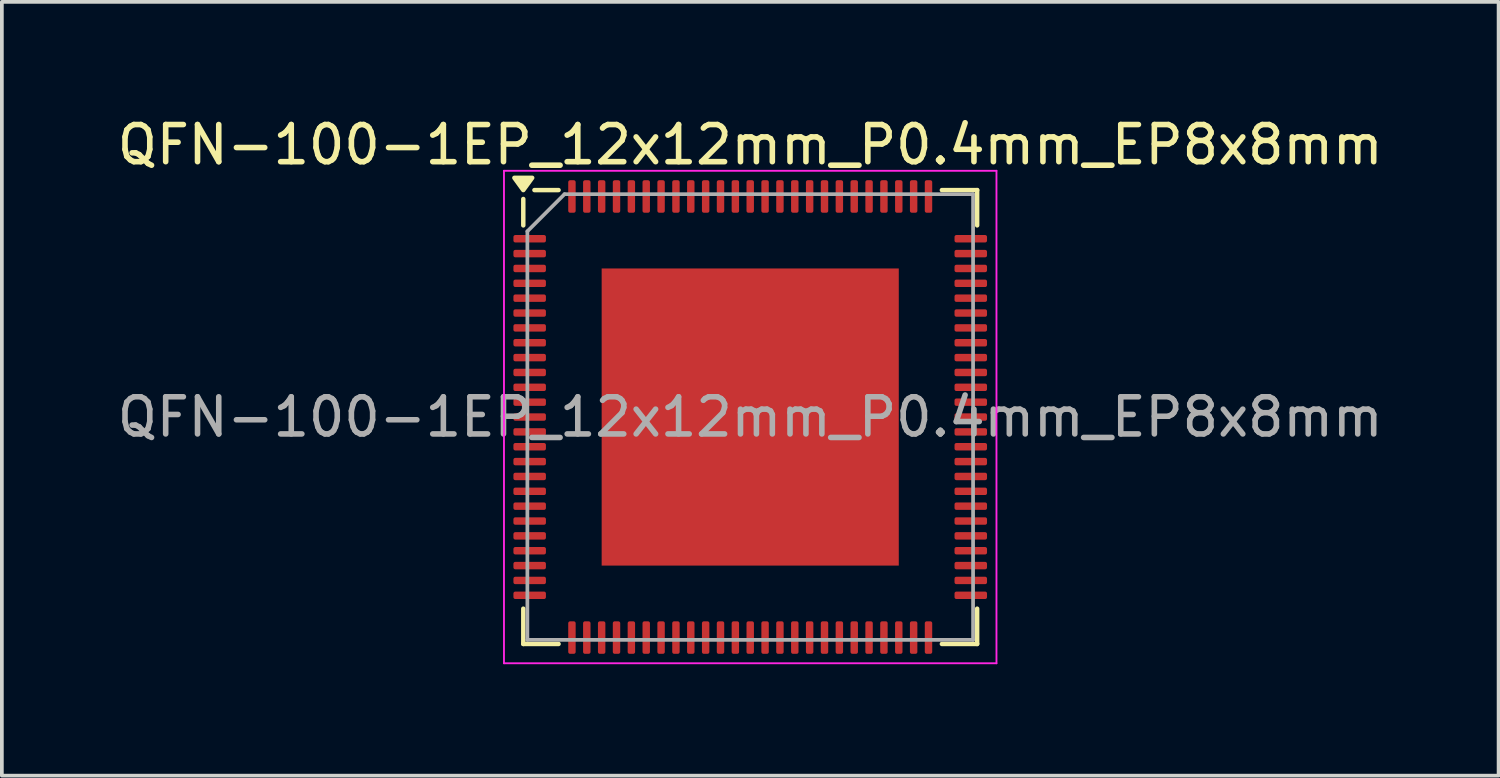
<source format=kicad_pcb>
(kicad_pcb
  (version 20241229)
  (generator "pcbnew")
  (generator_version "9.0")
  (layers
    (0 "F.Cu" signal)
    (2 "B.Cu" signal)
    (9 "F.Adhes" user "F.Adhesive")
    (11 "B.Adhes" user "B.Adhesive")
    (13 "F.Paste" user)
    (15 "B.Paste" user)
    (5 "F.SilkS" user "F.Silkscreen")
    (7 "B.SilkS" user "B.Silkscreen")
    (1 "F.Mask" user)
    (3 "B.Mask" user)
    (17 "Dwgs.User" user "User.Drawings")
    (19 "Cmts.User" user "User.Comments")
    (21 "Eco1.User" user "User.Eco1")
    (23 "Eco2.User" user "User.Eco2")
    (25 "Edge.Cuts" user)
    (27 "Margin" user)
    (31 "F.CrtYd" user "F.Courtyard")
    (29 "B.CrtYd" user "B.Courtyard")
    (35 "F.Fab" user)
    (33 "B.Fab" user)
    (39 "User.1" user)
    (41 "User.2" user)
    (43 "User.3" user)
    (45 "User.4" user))
  (footprint "QFN-100-1EP_12x12mm_P0.4mm_EP8x8mm"
    (layer "F.Cu")
    (at 17.149 8.178)
    (property "Reference" "QFN-100-1EP_12x12mm_P0.4mm_EP8x8mm" (at 0 -7.33 0) (layer "F.SilkS") (effects (font (size 1 1) (thickness 0.15))))
    (attr smd)
    (fp_line (start -6.11 -5.16) (end -6.11 -5.87) (stroke (width 0.12) (type solid)) (layer "F.SilkS"))
    (fp_line (start -6.11 6.11) (end -6.11 5.16) (stroke (width 0.12) (type solid)) (layer "F.SilkS"))
    (fp_line (start -5.16 -6.11) (end -5.81 -6.11) (stroke (width 0.12) (type solid)) (layer "F.SilkS"))
    (fp_line (start -5.16 6.11) (end -6.11 6.11) (stroke (width 0.12) (type solid)) (layer "F.SilkS"))
    (fp_line (start 5.16 -6.11) (end 6.11 -6.11) (stroke (width 0.12) (type solid)) (layer "F.SilkS"))
    (fp_line (start 5.16 6.11) (end 6.11 6.11) (stroke (width 0.12) (type solid)) (layer "F.SilkS"))
    (fp_line (start 6.11 -6.11) (end 6.11 -5.16) (stroke (width 0.12) (type solid)) (layer "F.SilkS"))
    (fp_line (start 6.11 6.11) (end 6.11 5.16) (stroke (width 0.12) (type solid)) (layer "F.SilkS"))
    (fp_poly (pts (xy -6.11 -6.11) (xy -6.35 -6.44) (xy -5.87 -6.44) (xy -6.11 -6.11)) (stroke (width 0.12) (type solid)) (fill yes) (layer "F.SilkS"))
    (fp_line (start -6.63 -6.63) (end -6.63 6.63) (stroke (width 0.05) (type solid)) (layer "F.CrtYd"))
    (fp_line (start -6.63 6.63) (end 6.63 6.63) (stroke (width 0.05) (type solid)) (layer "F.CrtYd"))
    (fp_line (start 6.63 -6.63) (end -6.63 -6.63) (stroke (width 0.05) (type solid)) (layer "F.CrtYd"))
    (fp_line (start 6.63 6.63) (end 6.63 -6.63) (stroke (width 0.05) (type solid)) (layer "F.CrtYd"))
    (fp_line (start -6 -5) (end -5 -6) (stroke (width 0.1) (type solid)) (layer "F.Fab"))
    (fp_line (start -6 6) (end -6 -5) (stroke (width 0.1) (type solid)) (layer "F.Fab"))
    (fp_line (start -5 -6) (end 6 -6) (stroke (width 0.1) (type solid)) (layer "F.Fab"))
    (fp_line (start 6 -6) (end 6 6) (stroke (width 0.1) (type solid)) (layer "F.Fab"))
    (fp_line (start 6 6) (end -6 6) (stroke (width 0.1) (type solid)) (layer "F.Fab"))
    (fp_text user "${REFERENCE}" (at 0 0 0) (layer "F.Fab") (effects (font (size 1 1) (thickness 0.15))))
    (pad "" smd roundrect (at 0 0) (size 6.45 6.45) (layers "F.Paste") (roundrect_rratio 0.039))
    (pad "1" smd roundrect (at -5.938 -4.8) (size 0.875 0.2) (layers "F.Cu" "F.Mask" "F.Paste") (roundrect_rratio 0.25))
    (pad "2" smd roundrect (at -5.938 -4.4) (size 0.875 0.2) (layers "F.Cu" "F.Mask" "F.Paste") (roundrect_rratio 0.25))
    (pad "3" smd roundrect (at -5.938 -4) (size 0.875 0.2) (layers "F.Cu" "F.Mask" "F.Paste") (roundrect_rratio 0.25))
    (pad "4" smd roundrect (at -5.938 -3.6) (size 0.875 0.2) (layers "F.Cu" "F.Mask" "F.Paste") (roundrect_rratio 0.25))
    (pad "5" smd roundrect (at -5.938 -3.2) (size 0.875 0.2) (layers "F.Cu" "F.Mask" "F.Paste") (roundrect_rratio 0.25))
    (pad "6" smd roundrect (at -5.938 -2.8) (size 0.875 0.2) (layers "F.Cu" "F.Mask" "F.Paste") (roundrect_rratio 0.25))
    (pad "7" smd roundrect (at -5.938 -2.4) (size 0.875 0.2) (layers "F.Cu" "F.Mask" "F.Paste") (roundrect_rratio 0.25))
    (pad "8" smd roundrect (at -5.938 -2) (size 0.875 0.2) (layers "F.Cu" "F.Mask" "F.Paste") (roundrect_rratio 0.25))
    (pad "9" smd roundrect (at -5.938 -1.6) (size 0.875 0.2) (layers "F.Cu" "F.Mask" "F.Paste") (roundrect_rratio 0.25))
    (pad "10" smd roundrect (at -5.938 -1.2) (size 0.875 0.2) (layers "F.Cu" "F.Mask" "F.Paste") (roundrect_rratio 0.25))
    (pad "11" smd roundrect (at -5.938 -0.8) (size 0.875 0.2) (layers "F.Cu" "F.Mask" "F.Paste") (roundrect_rratio 0.25))
    (pad "12" smd roundrect (at -5.938 -0.4) (size 0.875 0.2) (layers "F.Cu" "F.Mask" "F.Paste") (roundrect_rratio 0.25))
    (pad "13" smd roundrect (at -5.938 0) (size 0.875 0.2) (layers "F.Cu" "F.Mask" "F.Paste") (roundrect_rratio 0.25))
    (pad "14" smd roundrect (at -5.938 0.4) (size 0.875 0.2) (layers "F.Cu" "F.Mask" "F.Paste") (roundrect_rratio 0.25))
    (pad "15" smd roundrect (at -5.938 0.8) (size 0.875 0.2) (layers "F.Cu" "F.Mask" "F.Paste") (roundrect_rratio 0.25))
    (pad "16" smd roundrect (at -5.938 1.2) (size 0.875 0.2) (layers "F.Cu" "F.Mask" "F.Paste") (roundrect_rratio 0.25))
    (pad "17" smd roundrect (at -5.938 1.6) (size 0.875 0.2) (layers "F.Cu" "F.Mask" "F.Paste") (roundrect_rratio 0.25))
    (pad "18" smd roundrect (at -5.938 2) (size 0.875 0.2) (layers "F.Cu" "F.Mask" "F.Paste") (roundrect_rratio 0.25))
    (pad "19" smd roundrect (at -5.938 2.4) (size 0.875 0.2) (layers "F.Cu" "F.Mask" "F.Paste") (roundrect_rratio 0.25))
    (pad "20" smd roundrect (at -5.938 2.8) (size 0.875 0.2) (layers "F.Cu" "F.Mask" "F.Paste") (roundrect_rratio 0.25))
    (pad "21" smd roundrect (at -5.938 3.2) (size 0.875 0.2) (layers "F.Cu" "F.Mask" "F.Paste") (roundrect_rratio 0.25))
    (pad "22" smd roundrect (at -5.938 3.6) (size 0.875 0.2) (layers "F.Cu" "F.Mask" "F.Paste") (roundrect_rratio 0.25))
    (pad "23" smd roundrect (at -5.938 4) (size 0.875 0.2) (layers "F.Cu" "F.Mask" "F.Paste") (roundrect_rratio 0.25))
    (pad "24" smd roundrect (at -5.938 4.4) (size 0.875 0.2) (layers "F.Cu" "F.Mask" "F.Paste") (roundrect_rratio 0.25))
    (pad "25" smd roundrect (at -5.938 4.8) (size 0.875 0.2) (layers "F.Cu" "F.Mask" "F.Paste") (roundrect_rratio 0.25))
    (pad "26" smd roundrect (at -4.8 5.938) (size 0.2 0.875) (layers "F.Cu" "F.Mask" "F.Paste") (roundrect_rratio 0.25))
    (pad "27" smd roundrect (at -4.4 5.938) (size 0.2 0.875) (layers "F.Cu" "F.Mask" "F.Paste") (roundrect_rratio 0.25))
    (pad "28" smd roundrect (at -4 5.938) (size 0.2 0.875) (layers "F.Cu" "F.Mask" "F.Paste") (roundrect_rratio 0.25))
    (pad "29" smd roundrect (at -3.6 5.938) (size 0.2 0.875) (layers "F.Cu" "F.Mask" "F.Paste") (roundrect_rratio 0.25))
    (pad "30" smd roundrect (at -3.2 5.938) (size 0.2 0.875) (layers "F.Cu" "F.Mask" "F.Paste") (roundrect_rratio 0.25))
    (pad "31" smd roundrect (at -2.8 5.938) (size 0.2 0.875) (layers "F.Cu" "F.Mask" "F.Paste") (roundrect_rratio 0.25))
    (pad "32" smd roundrect (at -2.4 5.938) (size 0.2 0.875) (layers "F.Cu" "F.Mask" "F.Paste") (roundrect_rratio 0.25))
    (pad "33" smd roundrect (at -2 5.938) (size 0.2 0.875) (layers "F.Cu" "F.Mask" "F.Paste") (roundrect_rratio 0.25))
    (pad "34" smd roundrect (at -1.6 5.938) (size 0.2 0.875) (layers "F.Cu" "F.Mask" "F.Paste") (roundrect_rratio 0.25))
    (pad "35" smd roundrect (at -1.2 5.938) (size 0.2 0.875) (layers "F.Cu" "F.Mask" "F.Paste") (roundrect_rratio 0.25))
    (pad "36" smd roundrect (at -0.8 5.938) (size 0.2 0.875) (layers "F.Cu" "F.Mask" "F.Paste") (roundrect_rratio 0.25))
    (pad "37" smd roundrect (at -0.4 5.938) (size 0.2 0.875) (layers "F.Cu" "F.Mask" "F.Paste") (roundrect_rratio 0.25))
    (pad "38" smd roundrect (at 0 5.938) (size 0.2 0.875) (layers "F.Cu" "F.Mask" "F.Paste") (roundrect_rratio 0.25))
    (pad "39" smd roundrect (at 0.4 5.938) (size 0.2 0.875) (layers "F.Cu" "F.Mask" "F.Paste") (roundrect_rratio 0.25))
    (pad "40" smd roundrect (at 0.8 5.938) (size 0.2 0.875) (layers "F.Cu" "F.Mask" "F.Paste") (roundrect_rratio 0.25))
    (pad "41" smd roundrect (at 1.2 5.938) (size 0.2 0.875) (layers "F.Cu" "F.Mask" "F.Paste") (roundrect_rratio 0.25))
    (pad "42" smd roundrect (at 1.6 5.938) (size 0.2 0.875) (layers "F.Cu" "F.Mask" "F.Paste") (roundrect_rratio 0.25))
    (pad "43" smd roundrect (at 2 5.938) (size 0.2 0.875) (layers "F.Cu" "F.Mask" "F.Paste") (roundrect_rratio 0.25))
    (pad "44" smd roundrect (at 2.4 5.938) (size 0.2 0.875) (layers "F.Cu" "F.Mask" "F.Paste") (roundrect_rratio 0.25))
    (pad "45" smd roundrect (at 2.8 5.938) (size 0.2 0.875) (layers "F.Cu" "F.Mask" "F.Paste") (roundrect_rratio 0.25))
    (pad "46" smd roundrect (at 3.2 5.938) (size 0.2 0.875) (layers "F.Cu" "F.Mask" "F.Paste") (roundrect_rratio 0.25))
    (pad "47" smd roundrect (at 3.6 5.938) (size 0.2 0.875) (layers "F.Cu" "F.Mask" "F.Paste") (roundrect_rratio 0.25))
    (pad "48" smd roundrect (at 4 5.938) (size 0.2 0.875) (layers "F.Cu" "F.Mask" "F.Paste") (roundrect_rratio 0.25))
    (pad "49" smd roundrect (at 4.4 5.938) (size 0.2 0.875) (layers "F.Cu" "F.Mask" "F.Paste") (roundrect_rratio 0.25))
    (pad "50" smd roundrect (at 4.8 5.938) (size 0.2 0.875) (layers "F.Cu" "F.Mask" "F.Paste") (roundrect_rratio 0.25))
    (pad "51" smd roundrect (at 5.938 4.8) (size 0.875 0.2) (layers "F.Cu" "F.Mask" "F.Paste") (roundrect_rratio 0.25))
    (pad "52" smd roundrect (at 5.938 4.4) (size 0.875 0.2) (layers "F.Cu" "F.Mask" "F.Paste") (roundrect_rratio 0.25))
    (pad "53" smd roundrect (at 5.938 4) (size 0.875 0.2) (layers "F.Cu" "F.Mask" "F.Paste") (roundrect_rratio 0.25))
    (pad "54" smd roundrect (at 5.938 3.6) (size 0.875 0.2) (layers "F.Cu" "F.Mask" "F.Paste") (roundrect_rratio 0.25))
    (pad "55" smd roundrect (at 5.938 3.2) (size 0.875 0.2) (layers "F.Cu" "F.Mask" "F.Paste") (roundrect_rratio 0.25))
    (pad "56" smd roundrect (at 5.938 2.8) (size 0.875 0.2) (layers "F.Cu" "F.Mask" "F.Paste") (roundrect_rratio 0.25))
    (pad "57" smd roundrect (at 5.938 2.4) (size 0.875 0.2) (layers "F.Cu" "F.Mask" "F.Paste") (roundrect_rratio 0.25))
    (pad "58" smd roundrect (at 5.938 2) (size 0.875 0.2) (layers "F.Cu" "F.Mask" "F.Paste") (roundrect_rratio 0.25))
    (pad "59" smd roundrect (at 5.938 1.6) (size 0.875 0.2) (layers "F.Cu" "F.Mask" "F.Paste") (roundrect_rratio 0.25))
    (pad "60" smd roundrect (at 5.938 1.2) (size 0.875 0.2) (layers "F.Cu" "F.Mask" "F.Paste") (roundrect_rratio 0.25))
    (pad "61" smd roundrect (at 5.938 0.8) (size 0.875 0.2) (layers "F.Cu" "F.Mask" "F.Paste") (roundrect_rratio 0.25))
    (pad "62" smd roundrect (at 5.938 0.4) (size 0.875 0.2) (layers "F.Cu" "F.Mask" "F.Paste") (roundrect_rratio 0.25))
    (pad "63" smd roundrect (at 5.938 0) (size 0.875 0.2) (layers "F.Cu" "F.Mask" "F.Paste") (roundrect_rratio 0.25))
    (pad "64" smd roundrect (at 5.938 -0.4) (size 0.875 0.2) (layers "F.Cu" "F.Mask" "F.Paste") (roundrect_rratio 0.25))
    (pad "65" smd roundrect (at 5.938 -0.8) (size 0.875 0.2) (layers "F.Cu" "F.Mask" "F.Paste") (roundrect_rratio 0.25))
    (pad "66" smd roundrect (at 5.938 -1.2) (size 0.875 0.2) (layers "F.Cu" "F.Mask" "F.Paste") (roundrect_rratio 0.25))
    (pad "67" smd roundrect (at 5.938 -1.6) (size 0.875 0.2) (layers "F.Cu" "F.Mask" "F.Paste") (roundrect_rratio 0.25))
    (pad "68" smd roundrect (at 5.938 -2) (size 0.875 0.2) (layers "F.Cu" "F.Mask" "F.Paste") (roundrect_rratio 0.25))
    (pad "69" smd roundrect (at 5.938 -2.4) (size 0.875 0.2) (layers "F.Cu" "F.Mask" "F.Paste") (roundrect_rratio 0.25))
    (pad "70" smd roundrect (at 5.938 -2.8) (size 0.875 0.2) (layers "F.Cu" "F.Mask" "F.Paste") (roundrect_rratio 0.25))
    (pad "71" smd roundrect (at 5.938 -3.2) (size 0.875 0.2) (layers "F.Cu" "F.Mask" "F.Paste") (roundrect_rratio 0.25))
    (pad "72" smd roundrect (at 5.938 -3.6) (size 0.875 0.2) (layers "F.Cu" "F.Mask" "F.Paste") (roundrect_rratio 0.25))
    (pad "73" smd roundrect (at 5.938 -4) (size 0.875 0.2) (layers "F.Cu" "F.Mask" "F.Paste") (roundrect_rratio 0.25))
    (pad "74" smd roundrect (at 5.938 -4.4) (size 0.875 0.2) (layers "F.Cu" "F.Mask" "F.Paste") (roundrect_rratio 0.25))
    (pad "75" smd roundrect (at 5.938 -4.8) (size 0.875 0.2) (layers "F.Cu" "F.Mask" "F.Paste") (roundrect_rratio 0.25))
    (pad "76" smd roundrect (at 4.8 -5.938) (size 0.2 0.875) (layers "F.Cu" "F.Mask" "F.Paste") (roundrect_rratio 0.25))
    (pad "77" smd roundrect (at 4.4 -5.938) (size 0.2 0.875) (layers "F.Cu" "F.Mask" "F.Paste") (roundrect_rratio 0.25))
    (pad "78" smd roundrect (at 4 -5.938) (size 0.2 0.875) (layers "F.Cu" "F.Mask" "F.Paste") (roundrect_rratio 0.25))
    (pad "79" smd roundrect (at 3.6 -5.938) (size 0.2 0.875) (layers "F.Cu" "F.Mask" "F.Paste") (roundrect_rratio 0.25))
    (pad "80" smd roundrect (at 3.2 -5.938) (size 0.2 0.875) (layers "F.Cu" "F.Mask" "F.Paste") (roundrect_rratio 0.25))
    (pad "81" smd roundrect (at 2.8 -5.938) (size 0.2 0.875) (layers "F.Cu" "F.Mask" "F.Paste") (roundrect_rratio 0.25))
    (pad "82" smd roundrect (at 2.4 -5.938) (size 0.2 0.875) (layers "F.Cu" "F.Mask" "F.Paste") (roundrect_rratio 0.25))
    (pad "83" smd roundrect (at 2 -5.938) (size 0.2 0.875) (layers "F.Cu" "F.Mask" "F.Paste") (roundrect_rratio 0.25))
    (pad "84" smd roundrect (at 1.6 -5.938) (size 0.2 0.875) (layers "F.Cu" "F.Mask" "F.Paste") (roundrect_rratio 0.25))
    (pad "85" smd roundrect (at 1.2 -5.938) (size 0.2 0.875) (layers "F.Cu" "F.Mask" "F.Paste") (roundrect_rratio 0.25))
    (pad "86" smd roundrect (at 0.8 -5.938) (size 0.2 0.875) (layers "F.Cu" "F.Mask" "F.Paste") (roundrect_rratio 0.25))
    (pad "87" smd roundrect (at 0.4 -5.938) (size 0.2 0.875) (layers "F.Cu" "F.Mask" "F.Paste") (roundrect_rratio 0.25))
    (pad "88" smd roundrect (at 0 -5.938) (size 0.2 0.875) (layers "F.Cu" "F.Mask" "F.Paste") (roundrect_rratio 0.25))
    (pad "89" smd roundrect (at -0.4 -5.938) (size 0.2 0.875) (layers "F.Cu" "F.Mask" "F.Paste") (roundrect_rratio 0.25))
    (pad "90" smd roundrect (at -0.8 -5.938) (size 0.2 0.875) (layers "F.Cu" "F.Mask" "F.Paste") (roundrect_rratio 0.25))
    (pad "91" smd roundrect (at -1.2 -5.938) (size 0.2 0.875) (layers "F.Cu" "F.Mask" "F.Paste") (roundrect_rratio 0.25))
    (pad "92" smd roundrect (at -1.6 -5.938) (size 0.2 0.875) (layers "F.Cu" "F.Mask" "F.Paste") (roundrect_rratio 0.25))
    (pad "93" smd roundrect (at -2 -5.938) (size 0.2 0.875) (layers "F.Cu" "F.Mask" "F.Paste") (roundrect_rratio 0.25))
    (pad "94" smd roundrect (at -2.4 -5.938) (size 0.2 0.875) (layers "F.Cu" "F.Mask" "F.Paste") (roundrect_rratio 0.25))
    (pad "95" smd roundrect (at -2.8 -5.938) (size 0.2 0.875) (layers "F.Cu" "F.Mask" "F.Paste") (roundrect_rratio 0.25))
    (pad "96" smd roundrect (at -3.2 -5.938) (size 0.2 0.875) (layers "F.Cu" "F.Mask" "F.Paste") (roundrect_rratio 0.25))
    (pad "97" smd roundrect (at -3.6 -5.938) (size 0.2 0.875) (layers "F.Cu" "F.Mask" "F.Paste") (roundrect_rratio 0.25))
    (pad "98" smd roundrect (at -4 -5.938) (size 0.2 0.875) (layers "F.Cu" "F.Mask" "F.Paste") (roundrect_rratio 0.25))
    (pad "99" smd roundrect (at -4.4 -5.938) (size 0.2 0.875) (layers "F.Cu" "F.Mask" "F.Paste") (roundrect_rratio 0.25))
    (pad "100" smd roundrect (at -4.8 -5.938) (size 0.2 0.875) (layers "F.Cu" "F.Mask" "F.Paste") (roundrect_rratio 0.25))
    (pad "101" smd rect (at 0 0) (size 8 8) (property pad_prop_heatsink) (layers "F.Cu" "F.Mask")))
  (gr_rect
    (start -3 -3)
    (end 37.298 17.833)
    (stroke (width 0.1) (type default))
    (fill no)
    (layer "Edge.Cuts")))
</source>
